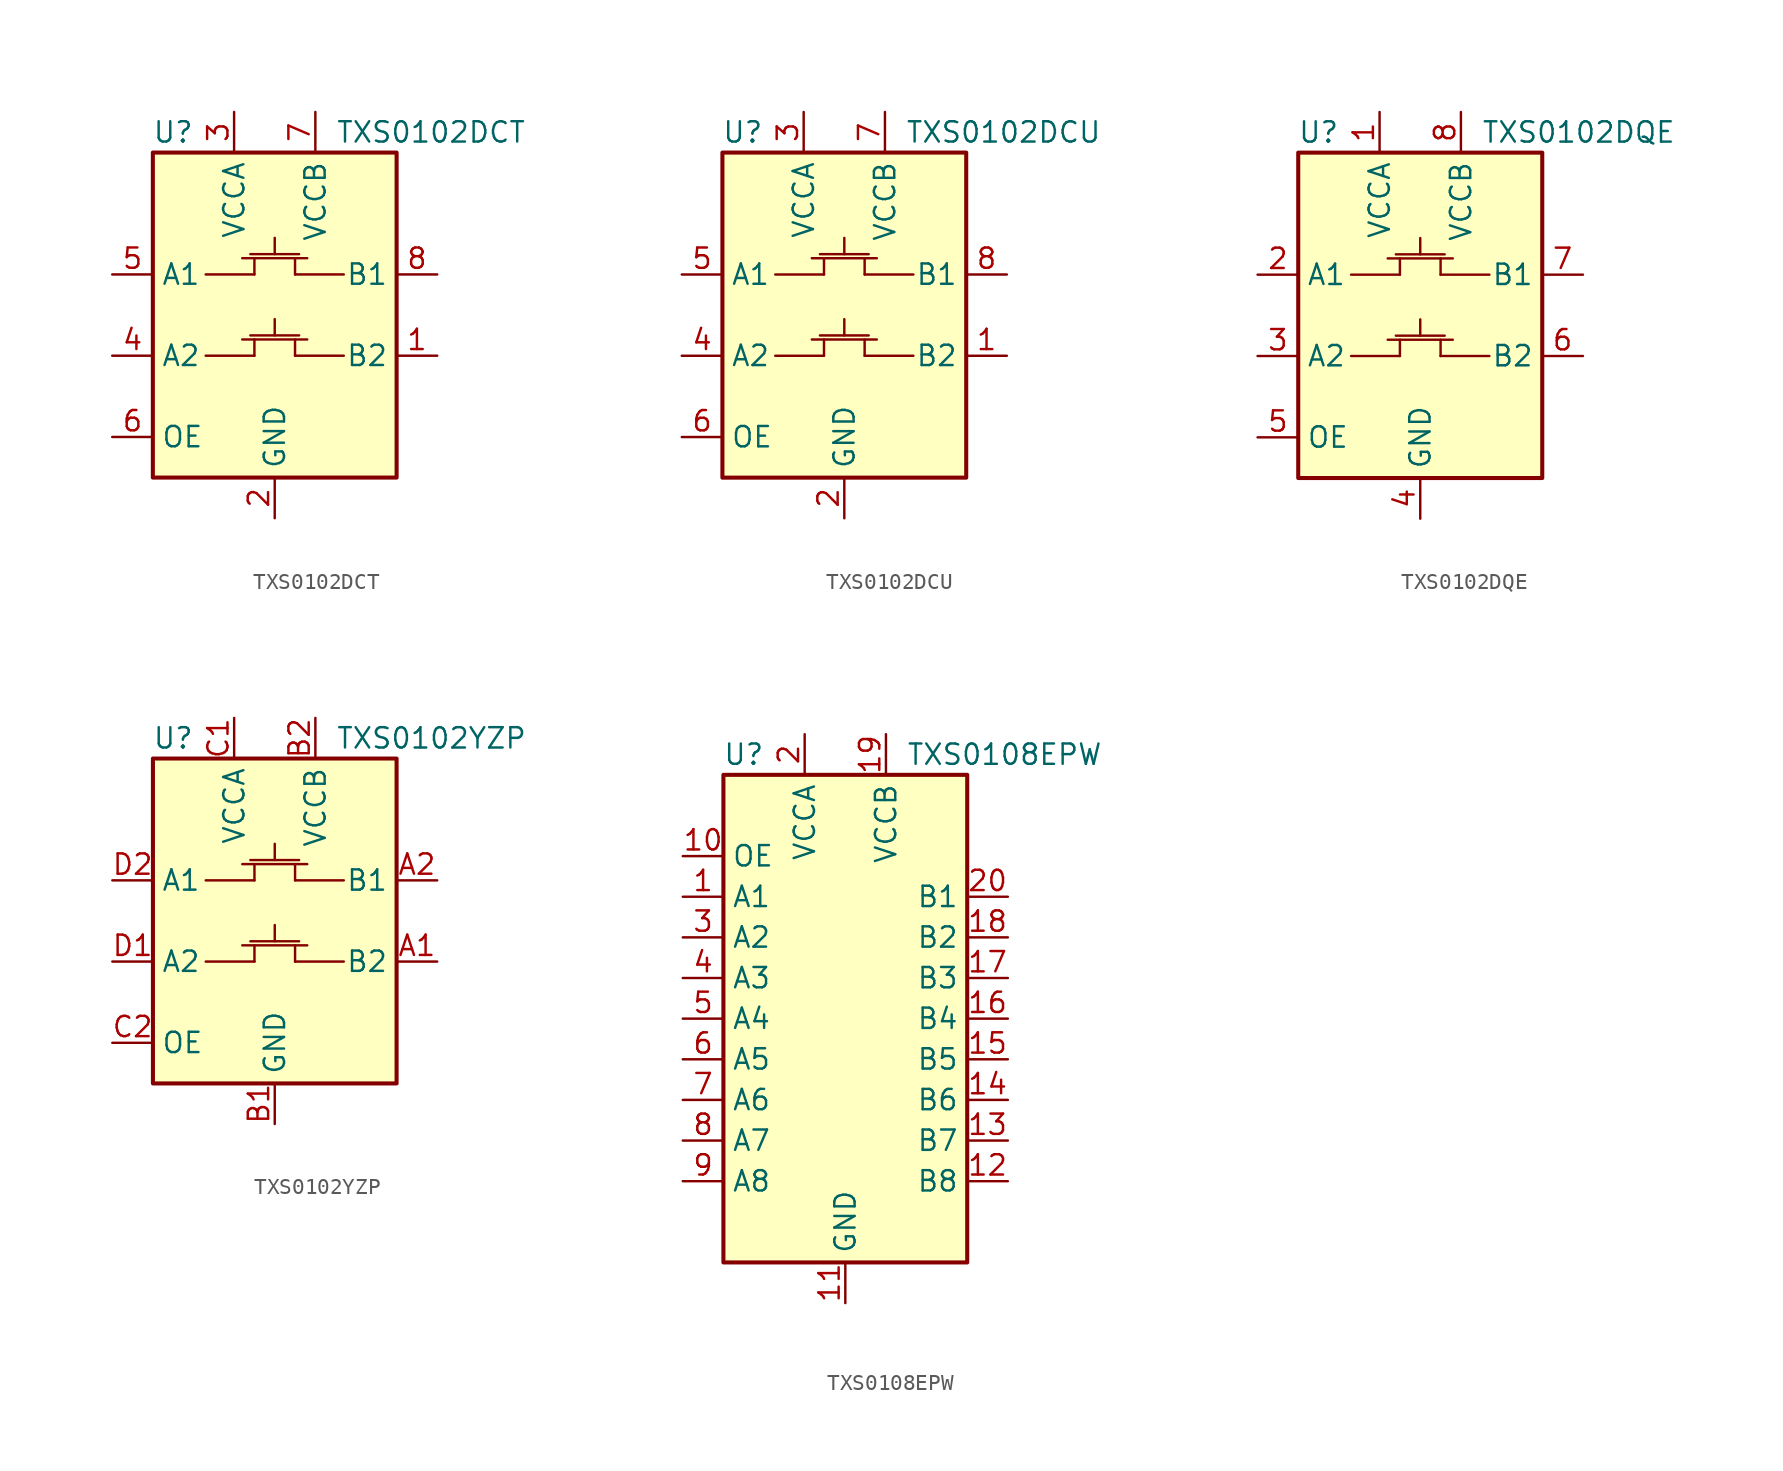
<source format=kicad_sym>
(kicad_symbol_lib
  (version 20200126)
  (host kicad_symbol_editor "(5.99.0-2044-gda2b7071b)")
  (symbol "Logic_LevelTranslator:TXS0102DCT"
    (pin_names
      (offset 0.508))
    (property "Reference" "U"
      (at -6.35 11.43 0)
      (effects (font (size 1.27 1.27))))
    (property "Value" "TXS0102DCT"
      (at 3.81 11.43 0)
      (effects (font (size 1.27 1.27)) (justify left)))
    (symbol "TXS0102DCT_0_1"
      (rectangle (start -7.62 10.16) (end 7.62 -10.16) (stroke (width 0.254)) (fill (type background)))
      (polyline (pts (xy -4.318 -2.54) (xy -1.27 -2.54)) (stroke (width 0)) (fill (type none)))
      (polyline (pts (xy -2.032 -1.524) (xy 2.032 -1.524)) (stroke (width 0)) (fill (type none)))
      (polyline (pts (xy -1.524 -1.27) (xy 1.524 -1.27)) (stroke (width 0)) (fill (type none)))
      (polyline (pts (xy -1.27 -2.54) (xy -1.27 -1.524)) (stroke (width 0)) (fill (type none)))
      (polyline (pts (xy 0 -1.27) (xy 0 -0.254)) (stroke (width 0)) (fill (type none)))
      (polyline (pts (xy 1.27 -2.54) (xy 1.27 -1.524)) (stroke (width 0)) (fill (type none)))
      (polyline (pts (xy 4.318 -2.54) (xy 1.27 -2.54)) (stroke (width 0)) (fill (type none))))
    (symbol "TXS0102DCT_1_1"
      (polyline (pts (xy -4.318 2.54) (xy -1.27 2.54)) (stroke (width 0)) (fill (type none)))
      (polyline (pts (xy -2.032 3.556) (xy 2.032 3.556)) (stroke (width 0)) (fill (type none)))
      (polyline (pts (xy -1.524 3.81) (xy 1.524 3.81)) (stroke (width 0)) (fill (type none)))
      (polyline (pts (xy -1.27 2.54) (xy -1.27 3.556)) (stroke (width 0)) (fill (type none)))
      (polyline (pts (xy 0 3.81) (xy 0 4.826)) (stroke (width 0)) (fill (type none)))
      (polyline (pts (xy 1.27 2.54) (xy 1.27 3.556)) (stroke (width 0)) (fill (type none)))
      (polyline (pts (xy 4.318 2.54) (xy 1.27 2.54)) (stroke (width 0)) (fill (type none)))
      (pin bidirectional line (at 10.16 -2.54 180) (length 2.54) (name "B2" (effects (font (size 1.27 1.27)))) (number "1" (effects (font (size 1.27 1.27)))))
      (pin power_in line (at 0 -12.7 90) (length 2.54) (name "GND" (effects (font (size 1.27 1.27)))) (number "2" (effects (font (size 1.27 1.27)))))
      (pin power_in line (at -2.54 12.7 270) (length 2.54) (name "VCCA" (effects (font (size 1.27 1.27)))) (number "3" (effects (font (size 1.27 1.27)))))
      (pin bidirectional line (at -10.16 -2.54 0) (length 2.54) (name "A2" (effects (font (size 1.27 1.27)))) (number "4" (effects (font (size 1.27 1.27)))))
      (pin bidirectional line (at -10.16 2.54 0) (length 2.54) (name "A1" (effects (font (size 1.27 1.27)))) (number "5" (effects (font (size 1.27 1.27)))))
      (pin input line (at -10.16 -7.62 0) (length 2.54) (name "OE" (effects (font (size 1.27 1.27)))) (number "6" (effects (font (size 1.27 1.27)))))
      (pin power_in line (at 2.54 12.7 270) (length 2.54) (name "VCCB" (effects (font (size 1.27 1.27)))) (number "7" (effects (font (size 1.27 1.27)))))
      (pin bidirectional line (at 10.16 2.54 180) (length 2.54) (name "B1" (effects (font (size 1.27 1.27)))) (number "8" (effects (font (size 1.27 1.27)))))))
  (symbol "Logic_LevelTranslator:TXS0102DCU"
    (pin_names
      (offset 0.508))
    (property "Reference" "U"
      (at -6.35 11.43 0)
      (effects (font (size 1.27 1.27))))
    (property "Value" "TXS0102DCU"
      (at 3.81 11.43 0)
      (effects (font (size 1.27 1.27)) (justify left)))
    (symbol "TXS0102DCU_0_1"
      (rectangle (start -7.62 10.16) (end 7.62 -10.16) (stroke (width 0.254)) (fill (type background)))
      (polyline (pts (xy -4.318 -2.54) (xy -1.27 -2.54)) (stroke (width 0)) (fill (type none)))
      (polyline (pts (xy -2.032 -1.524) (xy 2.032 -1.524)) (stroke (width 0)) (fill (type none)))
      (polyline (pts (xy -1.524 -1.27) (xy 1.524 -1.27)) (stroke (width 0)) (fill (type none)))
      (polyline (pts (xy -1.27 -2.54) (xy -1.27 -1.524)) (stroke (width 0)) (fill (type none)))
      (polyline (pts (xy 0 -1.27) (xy 0 -0.254)) (stroke (width 0)) (fill (type none)))
      (polyline (pts (xy 1.27 -2.54) (xy 1.27 -1.524)) (stroke (width 0)) (fill (type none)))
      (polyline (pts (xy 4.318 -2.54) (xy 1.27 -2.54)) (stroke (width 0)) (fill (type none))))
    (symbol "TXS0102DCU_1_1"
      (polyline (pts (xy -4.318 2.54) (xy -1.27 2.54)) (stroke (width 0)) (fill (type none)))
      (polyline (pts (xy -2.032 3.556) (xy 2.032 3.556)) (stroke (width 0)) (fill (type none)))
      (polyline (pts (xy -1.524 3.81) (xy 1.524 3.81)) (stroke (width 0)) (fill (type none)))
      (polyline (pts (xy -1.27 2.54) (xy -1.27 3.556)) (stroke (width 0)) (fill (type none)))
      (polyline (pts (xy 0 3.81) (xy 0 4.826)) (stroke (width 0)) (fill (type none)))
      (polyline (pts (xy 1.27 2.54) (xy 1.27 3.556)) (stroke (width 0)) (fill (type none)))
      (polyline (pts (xy 4.318 2.54) (xy 1.27 2.54)) (stroke (width 0)) (fill (type none)))
      (pin bidirectional line (at 10.16 -2.54 180) (length 2.54) (name "B2" (effects (font (size 1.27 1.27)))) (number "1" (effects (font (size 1.27 1.27)))))
      (pin power_in line (at 0 -12.7 90) (length 2.54) (name "GND" (effects (font (size 1.27 1.27)))) (number "2" (effects (font (size 1.27 1.27)))))
      (pin power_in line (at -2.54 12.7 270) (length 2.54) (name "VCCA" (effects (font (size 1.27 1.27)))) (number "3" (effects (font (size 1.27 1.27)))))
      (pin bidirectional line (at -10.16 -2.54 0) (length 2.54) (name "A2" (effects (font (size 1.27 1.27)))) (number "4" (effects (font (size 1.27 1.27)))))
      (pin bidirectional line (at -10.16 2.54 0) (length 2.54) (name "A1" (effects (font (size 1.27 1.27)))) (number "5" (effects (font (size 1.27 1.27)))))
      (pin input line (at -10.16 -7.62 0) (length 2.54) (name "OE" (effects (font (size 1.27 1.27)))) (number "6" (effects (font (size 1.27 1.27)))))
      (pin power_in line (at 2.54 12.7 270) (length 2.54) (name "VCCB" (effects (font (size 1.27 1.27)))) (number "7" (effects (font (size 1.27 1.27)))))
      (pin bidirectional line (at 10.16 2.54 180) (length 2.54) (name "B1" (effects (font (size 1.27 1.27)))) (number "8" (effects (font (size 1.27 1.27)))))))
  (symbol "Logic_LevelTranslator:TXS0102DQE"
    (pin_names
      (offset 0.508))
    (property "Reference" "U"
      (at -6.35 11.43 0)
      (effects (font (size 1.27 1.27))))
    (property "Value" "TXS0102DQE"
      (at 3.81 11.43 0)
      (effects (font (size 1.27 1.27)) (justify left)))
    (symbol "TXS0102DQE_0_1"
      (rectangle (start -7.62 10.16) (end 7.62 -10.16) (stroke (width 0.254)) (fill (type background)))
      (polyline (pts (xy -4.318 -2.54) (xy -1.27 -2.54)) (stroke (width 0)) (fill (type none)))
      (polyline (pts (xy -2.032 -1.524) (xy 2.032 -1.524)) (stroke (width 0)) (fill (type none)))
      (polyline (pts (xy -1.524 -1.27) (xy 1.524 -1.27)) (stroke (width 0)) (fill (type none)))
      (polyline (pts (xy -1.27 -2.54) (xy -1.27 -1.524)) (stroke (width 0)) (fill (type none)))
      (polyline (pts (xy 0 -1.27) (xy 0 -0.254)) (stroke (width 0)) (fill (type none)))
      (polyline (pts (xy 1.27 -2.54) (xy 1.27 -1.524)) (stroke (width 0)) (fill (type none)))
      (polyline (pts (xy 4.318 -2.54) (xy 1.27 -2.54)) (stroke (width 0)) (fill (type none))))
    (symbol "TXS0102DQE_1_1"
      (polyline (pts (xy -4.318 2.54) (xy -1.27 2.54)) (stroke (width 0)) (fill (type none)))
      (polyline (pts (xy -2.032 3.556) (xy 2.032 3.556)) (stroke (width 0)) (fill (type none)))
      (polyline (pts (xy -1.524 3.81) (xy 1.524 3.81)) (stroke (width 0)) (fill (type none)))
      (polyline (pts (xy -1.27 2.54) (xy -1.27 3.556)) (stroke (width 0)) (fill (type none)))
      (polyline (pts (xy 0 3.81) (xy 0 4.826)) (stroke (width 0)) (fill (type none)))
      (polyline (pts (xy 1.27 2.54) (xy 1.27 3.556)) (stroke (width 0)) (fill (type none)))
      (polyline (pts (xy 4.318 2.54) (xy 1.27 2.54)) (stroke (width 0)) (fill (type none)))
      (pin power_in line (at -2.54 12.7 270) (length 2.54) (name "VCCA" (effects (font (size 1.27 1.27)))) (number "1" (effects (font (size 1.27 1.27)))))
      (pin bidirectional line (at -10.16 2.54 0) (length 2.54) (name "A1" (effects (font (size 1.27 1.27)))) (number "2" (effects (font (size 1.27 1.27)))))
      (pin bidirectional line (at -10.16 -2.54 0) (length 2.54) (name "A2" (effects (font (size 1.27 1.27)))) (number "3" (effects (font (size 1.27 1.27)))))
      (pin power_in line (at 0 -12.7 90) (length 2.54) (name "GND" (effects (font (size 1.27 1.27)))) (number "4" (effects (font (size 1.27 1.27)))))
      (pin input line (at -10.16 -7.62 0) (length 2.54) (name "OE" (effects (font (size 1.27 1.27)))) (number "5" (effects (font (size 1.27 1.27)))))
      (pin bidirectional line (at 10.16 -2.54 180) (length 2.54) (name "B2" (effects (font (size 1.27 1.27)))) (number "6" (effects (font (size 1.27 1.27)))))
      (pin bidirectional line (at 10.16 2.54 180) (length 2.54) (name "B1" (effects (font (size 1.27 1.27)))) (number "7" (effects (font (size 1.27 1.27)))))
      (pin power_in line (at 2.54 12.7 270) (length 2.54) (name "VCCB" (effects (font (size 1.27 1.27)))) (number "8" (effects (font (size 1.27 1.27)))))))
  (symbol "Logic_LevelTranslator:TXS0102YZP"
    (pin_names
      (offset 0.508))
    (property "Reference" "U"
      (at -6.35 11.43 0)
      (effects (font (size 1.27 1.27))))
    (property "Value" "TXS0102YZP"
      (at 3.81 11.43 0)
      (effects (font (size 1.27 1.27)) (justify left)))
    (symbol "TXS0102YZP_0_1"
      (rectangle (start -7.62 10.16) (end 7.62 -10.16) (stroke (width 0.254)) (fill (type background)))
      (polyline (pts (xy -4.318 -2.54) (xy -1.27 -2.54)) (stroke (width 0)) (fill (type none)))
      (polyline (pts (xy -2.032 -1.524) (xy 2.032 -1.524)) (stroke (width 0)) (fill (type none)))
      (polyline (pts (xy -1.524 -1.27) (xy 1.524 -1.27)) (stroke (width 0)) (fill (type none)))
      (polyline (pts (xy -1.27 -2.54) (xy -1.27 -1.524)) (stroke (width 0)) (fill (type none)))
      (polyline (pts (xy 0 -1.27) (xy 0 -0.254)) (stroke (width 0)) (fill (type none)))
      (polyline (pts (xy 1.27 -2.54) (xy 1.27 -1.524)) (stroke (width 0)) (fill (type none)))
      (polyline (pts (xy 4.318 -2.54) (xy 1.27 -2.54)) (stroke (width 0)) (fill (type none))))
    (symbol "TXS0102YZP_1_1"
      (polyline (pts (xy -4.318 2.54) (xy -1.27 2.54)) (stroke (width 0)) (fill (type none)))
      (polyline (pts (xy -2.032 3.556) (xy 2.032 3.556)) (stroke (width 0)) (fill (type none)))
      (polyline (pts (xy -1.524 3.81) (xy 1.524 3.81)) (stroke (width 0)) (fill (type none)))
      (polyline (pts (xy -1.27 2.54) (xy -1.27 3.556)) (stroke (width 0)) (fill (type none)))
      (polyline (pts (xy 0 3.81) (xy 0 4.826)) (stroke (width 0)) (fill (type none)))
      (polyline (pts (xy 1.27 2.54) (xy 1.27 3.556)) (stroke (width 0)) (fill (type none)))
      (polyline (pts (xy 4.318 2.54) (xy 1.27 2.54)) (stroke (width 0)) (fill (type none)))
      (pin bidirectional line (at 10.16 -2.54 180) (length 2.54) (name "B2" (effects (font (size 1.27 1.27)))) (number "A1" (effects (font (size 1.27 1.27)))))
      (pin bidirectional line (at 10.16 2.54 180) (length 2.54) (name "B1" (effects (font (size 1.27 1.27)))) (number "A2" (effects (font (size 1.27 1.27)))))
      (pin power_in line (at 0 -12.7 90) (length 2.54) (name "GND" (effects (font (size 1.27 1.27)))) (number "B1" (effects (font (size 1.27 1.27)))))
      (pin power_in line (at 2.54 12.7 270) (length 2.54) (name "VCCB" (effects (font (size 1.27 1.27)))) (number "B2" (effects (font (size 1.27 1.27)))))
      (pin power_in line (at -2.54 12.7 270) (length 2.54) (name "VCCA" (effects (font (size 1.27 1.27)))) (number "C1" (effects (font (size 1.27 1.27)))))
      (pin input line (at -10.16 -7.62 0) (length 2.54) (name "OE" (effects (font (size 1.27 1.27)))) (number "C2" (effects (font (size 1.27 1.27)))))
      (pin bidirectional line (at -10.16 -2.54 0) (length 2.54) (name "A2" (effects (font (size 1.27 1.27)))) (number "D1" (effects (font (size 1.27 1.27)))))
      (pin bidirectional line (at -10.16 2.54 0) (length 2.54) (name "A1" (effects (font (size 1.27 1.27)))) (number "D2" (effects (font (size 1.27 1.27)))))))
  (symbol "Logic_LevelTranslator:TXS0108EPW"
    (pin_names
      (offset 0.508))
    (property "Reference" "U"
      (at -6.35 16.51 0)
      (effects (font (size 1.27 1.27))))
    (property "Value" "TXS0108EPW"
      (at 3.81 16.51 0)
      (effects (font (size 1.27 1.27)) (justify left)))
    (symbol "TXS0108EPW_0_1"
      (rectangle (start -7.62 15.24) (end 7.62 -15.24) (stroke (width 0.254)) (fill (type background))))
    (symbol "TXS0108EPW_1_1"
      (pin bidirectional line (at -10.16 7.62 0) (length 2.54) (name "A1" (effects (font (size 1.27 1.27)))) (number "1" (effects (font (size 1.27 1.27)))))
      (pin input line (at -10.16 10.16 0) (length 2.54) (name "OE" (effects (font (size 1.27 1.27)))) (number "10" (effects (font (size 1.27 1.27)))))
      (pin power_in line (at 0 -17.78 90) (length 2.54) (name "GND" (effects (font (size 1.27 1.27)))) (number "11" (effects (font (size 1.27 1.27)))))
      (pin bidirectional line (at 10.16 -10.16 180) (length 2.54) (name "B8" (effects (font (size 1.27 1.27)))) (number "12" (effects (font (size 1.27 1.27)))))
      (pin bidirectional line (at 10.16 -7.62 180) (length 2.54) (name "B7" (effects (font (size 1.27 1.27)))) (number "13" (effects (font (size 1.27 1.27)))))
      (pin bidirectional line (at 10.16 -5.08 180) (length 2.54) (name "B6" (effects (font (size 1.27 1.27)))) (number "14" (effects (font (size 1.27 1.27)))))
      (pin bidirectional line (at 10.16 -2.54 180) (length 2.54) (name "B5" (effects (font (size 1.27 1.27)))) (number "15" (effects (font (size 1.27 1.27)))))
      (pin bidirectional line (at 10.16 0 180) (length 2.54) (name "B4" (effects (font (size 1.27 1.27)))) (number "16" (effects (font (size 1.27 1.27)))))
      (pin bidirectional line (at 10.16 2.54 180) (length 2.54) (name "B3" (effects (font (size 1.27 1.27)))) (number "17" (effects (font (size 1.27 1.27)))))
      (pin bidirectional line (at 10.16 5.08 180) (length 2.54) (name "B2" (effects (font (size 1.27 1.27)))) (number "18" (effects (font (size 1.27 1.27)))))
      (pin power_in line (at 2.54 17.78 270) (length 2.54) (name "VCCB" (effects (font (size 1.27 1.27)))) (number "19" (effects (font (size 1.27 1.27)))))
      (pin power_in line (at -2.54 17.78 270) (length 2.54) (name "VCCA" (effects (font (size 1.27 1.27)))) (number "2" (effects (font (size 1.27 1.27)))))
      (pin bidirectional line (at 10.16 7.62 180) (length 2.54) (name "B1" (effects (font (size 1.27 1.27)))) (number "20" (effects (font (size 1.27 1.27)))))
      (pin bidirectional line (at -10.16 5.08 0) (length 2.54) (name "A2" (effects (font (size 1.27 1.27)))) (number "3" (effects (font (size 1.27 1.27)))))
      (pin bidirectional line (at -10.16 2.54 0) (length 2.54) (name "A3" (effects (font (size 1.27 1.27)))) (number "4" (effects (font (size 1.27 1.27)))))
      (pin bidirectional line (at -10.16 0 0) (length 2.54) (name "A4" (effects (font (size 1.27 1.27)))) (number "5" (effects (font (size 1.27 1.27)))))
      (pin bidirectional line (at -10.16 -2.54 0) (length 2.54) (name "A5" (effects (font (size 1.27 1.27)))) (number "6" (effects (font (size 1.27 1.27)))))
      (pin bidirectional line (at -10.16 -5.08 0) (length 2.54) (name "A6" (effects (font (size 1.27 1.27)))) (number "7" (effects (font (size 1.27 1.27)))))
      (pin bidirectional line (at -10.16 -7.62 0) (length 2.54) (name "A7" (effects (font (size 1.27 1.27)))) (number "8" (effects (font (size 1.27 1.27)))))
      (pin bidirectional line (at -10.16 -10.16 0) (length 2.54) (name "A8" (effects (font (size 1.27 1.27)))) (number "9" (effects (font (size 1.27 1.27))))))))
</source>
